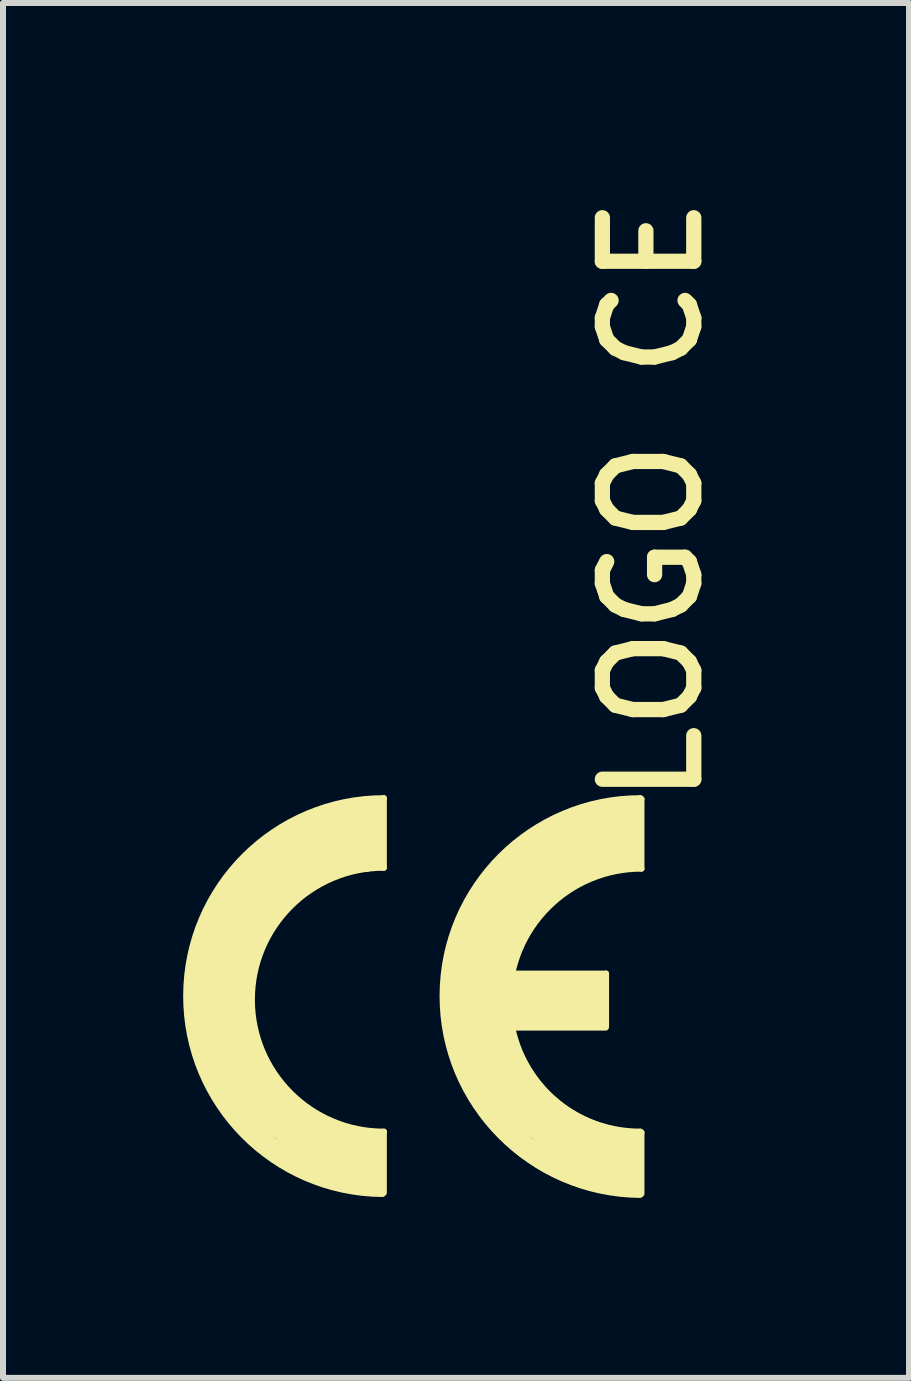
<source format=kicad_pcb>
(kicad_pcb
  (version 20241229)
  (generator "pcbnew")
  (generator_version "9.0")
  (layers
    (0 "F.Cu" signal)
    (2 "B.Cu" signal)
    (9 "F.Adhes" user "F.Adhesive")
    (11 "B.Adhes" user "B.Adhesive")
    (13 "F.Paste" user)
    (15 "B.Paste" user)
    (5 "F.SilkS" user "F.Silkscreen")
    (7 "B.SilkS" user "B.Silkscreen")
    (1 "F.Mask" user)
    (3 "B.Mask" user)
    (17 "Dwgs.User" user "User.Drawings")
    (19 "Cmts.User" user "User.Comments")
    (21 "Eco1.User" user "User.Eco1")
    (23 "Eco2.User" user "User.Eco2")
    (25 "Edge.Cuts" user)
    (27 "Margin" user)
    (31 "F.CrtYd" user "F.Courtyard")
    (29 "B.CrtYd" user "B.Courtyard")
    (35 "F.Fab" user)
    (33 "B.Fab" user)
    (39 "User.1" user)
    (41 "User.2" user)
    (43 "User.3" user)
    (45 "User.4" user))
  (footprint "LOGO CE"
    (layer "F.Cu")
    (at 3.32 13.558)
    (property "Reference" "LOGO CE" (at 5.397 -3.086 90) (unlocked yes) (layer "F.SilkS") (effects (font (size 1.524 1.524) (thickness 0.254)) (justify left bottom)))
    (fp_line (start -3.15 0.425) (end -3.2 0.025) (stroke (width 0.203) (type solid)) (layer "F.SilkS"))
    (fp_line (start -3.075 -0.675) (end -3.2 0.025) (stroke (width 0.203) (type solid)) (layer "F.SilkS"))
    (fp_line (start -3.025 -0.375) (end -3.075 0.275) (stroke (width 0.203) (type solid)) (layer "F.SilkS"))
    (fp_line (start -3 1.125) (end -3.125 0.525) (stroke (width 0.203) (type solid)) (layer "F.SilkS"))
    (fp_line (start -2.95 -1.2) (end -3.075 -0.675) (stroke (width 0.203) (type solid)) (layer "F.SilkS"))
    (fp_line (start -2.9 -0.4) (end -2.925 0.125) (stroke (width 0.203) (type solid)) (layer "F.SilkS"))
    (fp_line (start -2.8 -1.525) (end -2.95 -1.2) (stroke (width 0.203) (type solid)) (layer "F.SilkS"))
    (fp_line (start -2.75 -0.675) (end -2.8 0.000003) (stroke (width 0.203) (type solid)) (layer "F.SilkS"))
    (fp_line (start -2.7 0.075) (end -2.8 0.000003) (stroke (width 0.203) (type solid)) (layer "F.SilkS"))
    (fp_line (start -2.65 -1.7) (end -3.025 -0.375) (stroke (width 0.203) (type solid)) (layer "F.SilkS"))
    (fp_line (start -2.625 -1.375) (end -2.9 -0.4) (stroke (width 0.203) (type solid)) (layer "F.SilkS"))
    (fp_line (start -2.625 -0.2) (end -2.7 0.075) (stroke (width 0.203) (type solid)) (layer "F.SilkS"))
    (fp_line (start -2.625 -0.2) (end -2.625 -1.375) (stroke (width 0.203) (type solid)) (layer "F.SilkS"))
    (fp_line (start -2.625 1.65) (end -2.975 0.675) (stroke (width 0.203) (type solid)) (layer "F.SilkS"))
    (fp_line (start -2.575 1.85) (end -3 1.125) (stroke (width 0.203) (type solid)) (layer "F.SilkS"))
    (fp_line (start -2.55 -1.9) (end -2.8 -1.525) (stroke (width 0.203) (type solid)) (layer "F.SilkS"))
    (fp_line (start -2.55 -1.725) (end -2.65 -1.7) (stroke (width 0.203) (type solid)) (layer "F.SilkS"))
    (fp_line (start -2.55 0.175) (end -2.925 0.125) (stroke (width 0.203) (type solid)) (layer "F.SilkS"))
    (fp_line (start -2.475 -0.325) (end -2.55 -1.725) (stroke (width 0.203) (type solid)) (layer "F.SilkS"))
    (fp_line (start -2.475 -0.325) (end -2.55 0.175) (stroke (width 0.203) (type solid)) (layer "F.SilkS"))
    (fp_line (start -2.45 -2) (end -2.55 -1.9) (stroke (width 0.203) (type solid)) (layer "F.SilkS"))
    (fp_line (start -2.4 0.275) (end -3.075 0.275) (stroke (width 0.203) (type solid)) (layer "F.SilkS"))
    (fp_line (start -2.325 -0.475) (end -2.45 -2) (stroke (width 0.203) (type solid)) (layer "F.SilkS"))
    (fp_line (start -2.325 -0.475) (end -2.4 0.275) (stroke (width 0.203) (type solid)) (layer "F.SilkS"))
    (fp_line (start -2.325 0.75) (end -2.85 0.8) (stroke (width 0.203) (type solid)) (layer "F.SilkS"))
    (fp_line (start -2.325 0.875) (end -2.675 0.9) (stroke (width 0.203) (type solid)) (layer "F.SilkS"))
    (fp_line (start -2.25 -2.225) (end -2.375 -2.15) (stroke (width 0.203) (type solid)) (layer "F.SilkS"))
    (fp_line (start -2.25 -0.125) (end -2.275 0.15) (stroke (width 0.203) (type solid)) (layer "F.SilkS"))
    (fp_line (start -2.25 0.425) (end -3.15 0.425) (stroke (width 0.203) (type solid)) (layer "F.SilkS"))
    (fp_line (start -2.25 0.425) (end -2.275 0.15) (stroke (width 0.203) (type solid)) (layer "F.SilkS"))
    (fp_line (start -2.225 -0.4) (end -2.25 -0.125) (stroke (width 0.203) (type solid)) (layer "F.SilkS"))
    (fp_line (start -2.2 -0.525) (end -2.375 -2.15) (stroke (width 0.203) (type solid)) (layer "F.SilkS"))
    (fp_line (start -2.2 -0.525) (end -2.225 -0.4) (stroke (width 0.203) (type solid)) (layer "F.SilkS"))
    (fp_line (start -2.2 0.55) (end -3.125 0.525) (stroke (width 0.203) (type solid)) (layer "F.SilkS"))
    (fp_line (start -2.2 0.55) (end -2.25 0.525) (stroke (width 0.203) (type solid)) (layer "F.SilkS"))
    (fp_line (start -2.2 0.65) (end -2.975 0.675) (stroke (width 0.203) (type solid)) (layer "F.SilkS"))
    (fp_line (start -2.175 2.175) (end -2.85 0.8) (stroke (width 0.203) (type solid)) (layer "F.SilkS"))
    (fp_line (start -2.175 2.175) (end -2.2 1.975) (stroke (width 0.203) (type solid)) (layer "F.SilkS"))
    (fp_line (start -2.15 -0.675) (end -2.25 -2.225) (stroke (width 0.203) (type solid)) (layer "F.SilkS"))
    (fp_line (start -2.15 1.95) (end -2.675 0.9) (stroke (width 0.203) (type solid)) (layer "F.SilkS"))
    (fp_line (start -2.125 1.775) (end -2.475 0.95) (stroke (width 0.203) (type solid)) (layer "F.SilkS"))
    (fp_line (start -2.075 -2.425) (end -2.2 -2.325) (stroke (width 0.203) (type solid)) (layer "F.SilkS"))
    (fp_line (start -2.075 -0.9) (end -2.2 -2.325) (stroke (width 0.203) (type solid)) (layer "F.SilkS"))
    (fp_line (start -2.075 -0.9) (end -2.15 -0.675) (stroke (width 0.203) (type solid)) (layer "F.SilkS"))
    (fp_line (start -1.975 -1.025) (end -2.075 -2.425) (stroke (width 0.203) (type solid)) (layer "F.SilkS"))
    (fp_line (start -1.95 1.175) (end -2.2 0.65) (stroke (width 0.203) (type solid)) (layer "F.SilkS"))
    (fp_line (start -1.95 1.775) (end -2.475 0.95) (stroke (width 0.203) (type solid)) (layer "F.SilkS"))
    (fp_line (start -1.925 -1.175) (end -1.975 -2.475) (stroke (width 0.203) (type solid)) (layer "F.SilkS"))
    (fp_line (start -1.925 -1.175) (end -1.975 -1.025) (stroke (width 0.203) (type solid)) (layer "F.SilkS"))
    (fp_line (start -1.925 2.55) (end -2.575 1.85) (stroke (width 0.203) (type solid)) (layer "F.SilkS"))
    (fp_line (start -1.875 -2.575) (end -1.975 -2.475) (stroke (width 0.203) (type solid)) (layer "F.SilkS"))
    (fp_line (start -1.85 2.45) (end -2.625 1.65) (stroke (width 0.203) (type solid)) (layer "F.SilkS"))
    (fp_line (start -1.825 -1.275) (end -1.875 -2.575) (stroke (width 0.203) (type solid)) (layer "F.SilkS"))
    (fp_line (start -1.825 1.825) (end -2.325 0.875) (stroke (width 0.203) (type solid)) (layer "F.SilkS"))
    (fp_line (start -1.725 -1.425) (end -1.825 -2.6) (stroke (width 0.203) (type solid)) (layer "F.SilkS"))
    (fp_line (start -1.725 -1.425) (end -1.825 -1.275) (stroke (width 0.203) (type solid)) (layer "F.SilkS"))
    (fp_line (start -1.675 -2.7) (end -1.825 -2.6) (stroke (width 0.203) (type solid)) (layer "F.SilkS"))
    (fp_line (start -1.675 1.8) (end -2.325 0.75) (stroke (width 0.203) (type solid)) (layer "F.SilkS"))
    (fp_line (start -1.65 -1.5) (end -1.675 -2.7) (stroke (width 0.203) (type solid)) (layer "F.SilkS"))
    (fp_line (start -1.625 1.7) (end -1.95 1.175) (stroke (width 0.203) (type solid)) (layer "F.SilkS"))
    (fp_line (start -1.55 -1.575) (end -1.65 -1.5) (stroke (width 0.203) (type solid)) (layer "F.SilkS"))
    (fp_line (start -1.55 -1.575) (end -1.575 -2.75) (stroke (width 0.203) (type solid)) (layer "F.SilkS"))
    (fp_line (start -1.55 -2.75) (end -1.575 -2.75) (stroke (width 0.203) (type solid)) (layer "F.SilkS"))
    (fp_line (start -1.475 -2.825) (end -1.55 -2.75) (stroke (width 0.203) (type solid)) (layer "F.SilkS"))
    (fp_line (start -1.475 -1.7) (end -1.475 -2.825) (stroke (width 0.203) (type solid)) (layer "F.SilkS"))
    (fp_line (start -1.45 -1.675) (end -1.475 -1.7) (stroke (width 0.203) (type solid)) (layer "F.SilkS"))
    (fp_line (start -1.45 -1.675) (end -1.45 -1.675) (stroke (width 0.203) (type solid)) (layer "F.SilkS"))
    (fp_line (start -1.4 -1.875) (end -1.4 -2.825) (stroke (width 0.203) (type solid)) (layer "F.SilkS"))
    (fp_line (start -1.35 -1.775) (end -1.45 -1.675) (stroke (width 0.203) (type solid)) (layer "F.SilkS"))
    (fp_line (start -1.35 2.875) (end -1.925 2.55) (stroke (width 0.203) (type solid)) (layer "F.SilkS"))
    (fp_line (start -1.3 -1.775) (end -1.4 -1.875) (stroke (width 0.203) (type solid)) (layer "F.SilkS"))
    (fp_line (start -1.3 -1.775) (end -1.35 -1.775) (stroke (width 0.203) (type solid)) (layer "F.SilkS"))
    (fp_line (start -1.275 -2.95) (end -1.4 -2.825) (stroke (width 0.203) (type solid)) (layer "F.SilkS"))
    (fp_line (start -1.275 -2.95) (end -1.275 -2.95) (stroke (width 0.203) (type solid)) (layer "F.SilkS"))
    (fp_line (start -1.275 -1.9) (end -1.275 -2.95) (stroke (width 0.203) (type solid)) (layer "F.SilkS"))
    (fp_line (start -1.225 -1.85) (end -1.275 -1.9) (stroke (width 0.203) (type solid)) (layer "F.SilkS"))
    (fp_line (start -1.2 -1.85) (end -1.225 -1.85) (stroke (width 0.203) (type solid)) (layer "F.SilkS"))
    (fp_line (start -1.125 -2.975) (end -1.15 -3) (stroke (width 0.203) (type solid)) (layer "F.SilkS"))
    (fp_line (start -1.125 -1.925) (end -1.2 -1.85) (stroke (width 0.203) (type solid)) (layer "F.SilkS"))
    (fp_line (start -1.125 -1.925) (end -1.125 -2.975) (stroke (width 0.203) (type solid)) (layer "F.SilkS"))
    (fp_line (start -1.075 2.475) (end -2.125 1.775) (stroke (width 0.203) (type solid)) (layer "F.SilkS"))
    (fp_line (start -1 -3) (end -1.15 -3) (stroke (width 0.203) (type solid)) (layer "F.SilkS"))
    (fp_line (start -1 -3) (end -1 -3) (stroke (width 0.203) (type solid)) (layer "F.SilkS"))
    (fp_line (start -1 -1.975) (end -1 -3) (stroke (width 0.203) (type solid)) (layer "F.SilkS"))
    (fp_line (start -0.975 2.425) (end -1.825 1.825) (stroke (width 0.203) (type solid)) (layer "F.SilkS"))
    (fp_line (start -0.95 -3.025) (end -0.975 -3.05) (stroke (width 0.203) (type solid)) (layer "F.SilkS"))
    (fp_line (start -0.95 -2.025) (end -1 -1.975) (stroke (width 0.203) (type solid)) (layer "F.SilkS"))
    (fp_line (start -0.95 -2.025) (end -0.95 -3.025) (stroke (width 0.203) (type solid)) (layer "F.SilkS"))
    (fp_line (start -0.925 2.325) (end -1.675 1.8) (stroke (width 0.203) (type solid)) (layer "F.SilkS"))
    (fp_line (start -0.875 2.2) (end -1.625 1.7) (stroke (width 0.203) (type solid)) (layer "F.SilkS"))
    (fp_line (start -0.85 -3.05) (end -0.975 -3.05) (stroke (width 0.203) (type solid)) (layer "F.SilkS"))
    (fp_line (start -0.825 -3.075) (end -0.85 -3.05) (stroke (width 0.203) (type solid)) (layer "F.SilkS"))
    (fp_line (start -0.825 -2.1) (end -0.825 -3.075) (stroke (width 0.203) (type solid)) (layer "F.SilkS"))
    (fp_line (start -0.75 2.975) (end -1.85 2.45) (stroke (width 0.203) (type solid)) (layer "F.SilkS"))
    (fp_line (start -0.725 -2.1) (end -0.825 -2.1) (stroke (width 0.203) (type solid)) (layer "F.SilkS"))
    (fp_line (start -0.7 -2.125) (end -0.725 -2.1) (stroke (width 0.203) (type solid)) (layer "F.SilkS"))
    (fp_line (start -0.7 -2.125) (end -0.7 -3.125) (stroke (width 0.203) (type solid)) (layer "F.SilkS"))
    (fp_line (start -0.675 2.875) (end -2.15 1.95) (stroke (width 0.203) (type solid)) (layer "F.SilkS"))
    (fp_line (start -0.65 2.8) (end -0.675 2.875) (stroke (width 0.203) (type solid)) (layer "F.SilkS"))
    (fp_line (start -0.65 3.15) (end -1.35 2.875) (stroke (width 0.203) (type solid)) (layer "F.SilkS"))
    (fp_line (start -0.6 3.025) (end -2.2 1.975) (stroke (width 0.203) (type solid)) (layer "F.SilkS"))
    (fp_line (start -0.6 3.025) (end -0.725 2.875) (stroke (width 0.203) (type solid)) (layer "F.SilkS"))
    (fp_line (start -0.575 -3.125) (end -0.7 -3.125) (stroke (width 0.203) (type solid)) (layer "F.SilkS"))
    (fp_line (start -0.55 -3.15) (end -0.575 -3.125) (stroke (width 0.203) (type solid)) (layer "F.SilkS"))
    (fp_line (start -0.55 -2.175) (end -0.55 -3.15) (stroke (width 0.203) (type solid)) (layer "F.SilkS"))
    (fp_line (start -0.55 2.625) (end -1.075 2.475) (stroke (width 0.203) (type solid)) (layer "F.SilkS"))
    (fp_line (start -0.525 2.85) (end -1.95 1.775) (stroke (width 0.203) (type solid)) (layer "F.SilkS"))
    (fp_line (start -0.5 2.775) (end -0.65 2.8) (stroke (width 0.203) (type solid)) (layer "F.SilkS"))
    (fp_line (start -0.5 2.775) (end -0.55 2.625) (stroke (width 0.203) (type solid)) (layer "F.SilkS"))
    (fp_line (start -0.425 -2.175) (end -0.55 -2.175) (stroke (width 0.203) (type solid)) (layer "F.SilkS"))
    (fp_line (start -0.425 -2.175) (end -0.425 -3.175) (stroke (width 0.203) (type solid)) (layer "F.SilkS"))
    (fp_line (start -0.35 2.9) (end -0.725 2.875) (stroke (width 0.203) (type solid)) (layer "F.SilkS"))
    (fp_line (start -0.35 2.9) (end -0.425 2.525) (stroke (width 0.203) (type solid)) (layer "F.SilkS"))
    (fp_line (start -0.3 2.5) (end -0.975 2.425) (stroke (width 0.203) (type solid)) (layer "F.SilkS"))
    (fp_line (start -0.3 2.5) (end -0.425 2.525) (stroke (width 0.203) (type solid)) (layer "F.SilkS"))
    (fp_line (start -0.25 -3.175) (end -0.425 -3.175) (stroke (width 0.203) (type solid)) (layer "F.SilkS"))
    (fp_line (start -0.25 -3.175) (end -0.25 -3.175) (stroke (width 0.203) (type solid)) (layer "F.SilkS"))
    (fp_line (start -0.25 -2.175) (end -0.25 -3.175) (stroke (width 0.203) (type solid)) (layer "F.SilkS"))
    (fp_line (start -0.225 2.425) (end -0.925 2.325) (stroke (width 0.203) (type solid)) (layer "F.SilkS"))
    (fp_line (start -0.225 3.05) (end -0.75 2.975) (stroke (width 0.203) (type solid)) (layer "F.SilkS"))
    (fp_line (start -0.225 3.05) (end -0.225 2.425) (stroke (width 0.203) (type solid)) (layer "F.SilkS"))
    (fp_line (start -0.2 -2.175) (end -0.2 -3.25) (stroke (width 0.1) (type solid)) (layer "F.SilkS"))
    (fp_line (start -0.175 3.2) (end -0.65 3.15) (stroke (width 0.203) (type solid)) (layer "F.SilkS"))
    (fp_line (start -0.125 -3.25) (end -0.2 -3.25) (stroke (width 0.1) (type solid)) (layer "F.SilkS"))
    (fp_line (start -0.125 -2.2) (end -0.125 -3.25) (stroke (width 0.1) (type solid)) (layer "F.SilkS"))
    (fp_line (start -0.1 2.375) (end -0.875 2.2) (stroke (width 0.203) (type solid)) (layer "F.SilkS"))
    (fp_line (start -0.075 3.2) (end -0.175 3.2) (stroke (width 0.203) (type solid)) (layer "F.SilkS"))
    (fp_line (start -0.075 3.2) (end -0.1 2.375) (stroke (width 0.203) (type solid)) (layer "F.SilkS"))
    (fp_line (start -0.05 -2.175) (end -0.05 -3.275) (stroke (width 0.1) (type solid)) (layer "F.SilkS"))
    (fp_line (start -0.025 -2.2) (end -0.125 -2.2) (stroke (width 0.1) (type solid)) (layer "F.SilkS"))
    (fp_line (start -0.025 -2.2) (end -0.05 -2.175) (stroke (width 0.1) (type solid)) (layer "F.SilkS"))
    (fp_line (start 0.03 3.279) (end 0.03 2.26) (stroke (width 0.1) (type solid)) (layer "F.SilkS"))
    (fp_line (start 0.03 -3.3) (end 0.03 -2.14) (stroke (width 0.1) (type solid)) (layer "F.SilkS"))
    (fp_line (start 1.125 0.425) (end 1.075 0.025) (stroke (width 0.203) (type solid)) (layer "F.SilkS"))
    (fp_line (start 1.2 -0.675) (end 1.075 0.025) (stroke (width 0.203) (type solid)) (layer "F.SilkS"))
    (fp_line (start 1.25 -0.375) (end 1.2 0.275) (stroke (width 0.203) (type solid)) (layer "F.SilkS"))
    (fp_line (start 1.275 1.125) (end 1.15 0.525) (stroke (width 0.203) (type solid)) (layer "F.SilkS"))
    (fp_line (start 1.325 -1.2) (end 1.2 -0.675) (stroke (width 0.203) (type solid)) (layer "F.SilkS"))
    (fp_line (start 1.375 -0.4) (end 1.35 0.125) (stroke (width 0.203) (type solid)) (layer "F.SilkS"))
    (fp_line (start 1.475 -1.525) (end 1.325 -1.2) (stroke (width 0.203) (type solid)) (layer "F.SilkS"))
    (fp_line (start 1.525 -0.675) (end 1.475 0) (stroke (width 0.203) (type solid)) (layer "F.SilkS"))
    (fp_line (start 1.575 0.075) (end 1.475 0) (stroke (width 0.203) (type solid)) (layer "F.SilkS"))
    (fp_line (start 1.625 -1.7) (end 1.25 -0.375) (stroke (width 0.203) (type solid)) (layer "F.SilkS"))
    (fp_line (start 1.65 -1.375) (end 1.375 -0.4) (stroke (width 0.203) (type solid)) (layer "F.SilkS"))
    (fp_line (start 1.65 -0.2) (end 1.575 0.075) (stroke (width 0.203) (type solid)) (layer "F.SilkS"))
    (fp_line (start 1.65 -0.2) (end 1.65 -1.375) (stroke (width 0.203) (type solid)) (layer "F.SilkS"))
    (fp_line (start 1.65 1.65) (end 1.3 0.675) (stroke (width 0.203) (type solid)) (layer "F.SilkS"))
    (fp_line (start 1.7 1.85) (end 1.275 1.125) (stroke (width 0.203) (type solid)) (layer "F.SilkS"))
    (fp_line (start 1.725 -1.9) (end 1.475 -1.525) (stroke (width 0.203) (type solid)) (layer "F.SilkS"))
    (fp_line (start 1.725 -1.725) (end 1.625 -1.7) (stroke (width 0.203) (type solid)) (layer "F.SilkS"))
    (fp_line (start 1.725 0.175) (end 1.35 0.125) (stroke (width 0.203) (type solid)) (layer "F.SilkS"))
    (fp_line (start 1.8 -0.325) (end 1.725 -1.725) (stroke (width 0.203) (type solid)) (layer "F.SilkS"))
    (fp_line (start 1.8 -0.325) (end 1.725 0.175) (stroke (width 0.203) (type solid)) (layer "F.SilkS"))
    (fp_line (start 1.825 -2) (end 1.725 -1.9) (stroke (width 0.203) (type solid)) (layer "F.SilkS"))
    (fp_line (start 1.875 0.275) (end 1.2 0.275) (stroke (width 0.203) (type solid)) (layer "F.SilkS"))
    (fp_line (start 1.95 -0.475) (end 1.825 -2) (stroke (width 0.203) (type solid)) (layer "F.SilkS"))
    (fp_line (start 1.95 -0.475) (end 1.875 0.275) (stroke (width 0.203) (type solid)) (layer "F.SilkS"))
    (fp_line (start 1.95 0.75) (end 1.425 0.8) (stroke (width 0.203) (type solid)) (layer "F.SilkS"))
    (fp_line (start 1.95 0.875) (end 1.6 0.9) (stroke (width 0.203) (type solid)) (layer "F.SilkS"))
    (fp_line (start 2.025 -2.225) (end 1.9 -2.15) (stroke (width 0.203) (type solid)) (layer "F.SilkS"))
    (fp_line (start 2.025 -0.125) (end 2 0.15) (stroke (width 0.203) (type solid)) (layer "F.SilkS"))
    (fp_line (start 2.025 0.425) (end 1.125 0.425) (stroke (width 0.203) (type solid)) (layer "F.SilkS"))
    (fp_line (start 2.025 0.425) (end 2 0.15) (stroke (width 0.203) (type solid)) (layer "F.SilkS"))
    (fp_line (start 2.05 -0.4) (end 2.025 -0.125) (stroke (width 0.203) (type solid)) (layer "F.SilkS"))
    (fp_line (start 2.075 -0.525) (end 1.9 -2.15) (stroke (width 0.203) (type solid)) (layer "F.SilkS"))
    (fp_line (start 2.075 -0.525) (end 2.05 -0.4) (stroke (width 0.203) (type solid)) (layer "F.SilkS"))
    (fp_line (start 2.075 0.55) (end 1.15 0.525) (stroke (width 0.203) (type solid)) (layer "F.SilkS"))
    (fp_line (start 2.075 0.55) (end 2.025 0.525) (stroke (width 0.203) (type solid)) (layer "F.SilkS"))
    (fp_line (start 2.075 0.65) (end 1.3 0.675) (stroke (width 0.203) (type solid)) (layer "F.SilkS"))
    (fp_line (start 2.1 2.175) (end 1.425 0.8) (stroke (width 0.203) (type solid)) (layer "F.SilkS"))
    (fp_line (start 2.1 2.175) (end 2.075 1.975) (stroke (width 0.203) (type solid)) (layer "F.SilkS"))
    (fp_line (start 2.125 -0.675) (end 2.025 -2.225) (stroke (width 0.203) (type solid)) (layer "F.SilkS"))
    (fp_line (start 2.125 1.95) (end 1.6 0.9) (stroke (width 0.203) (type solid)) (layer "F.SilkS"))
    (fp_line (start 2.15 1.775) (end 1.8 0.95) (stroke (width 0.203) (type solid)) (layer "F.SilkS"))
    (fp_line (start 2.195 -0.375) (end 2.155 -0.415) (stroke (width 0.1) (type solid)) (layer "F.SilkS"))
    (fp_line (start 2.2 -2.425) (end 2.075 -2.325) (stroke (width 0.203) (type solid)) (layer "F.SilkS"))
    (fp_line (start 2.2 -0.9) (end 2.075 -2.325) (stroke (width 0.203) (type solid)) (layer "F.SilkS"))
    (fp_line (start 2.2 -0.9) (end 2.125 -0.675) (stroke (width 0.203) (type solid)) (layer "F.SilkS"))
    (fp_line (start 2.205 0.525) (end 2.185 0.545) (stroke (width 0.1) (type solid)) (layer "F.SilkS"))
    (fp_line (start 2.225 -0.175) (end 2.1 0.425) (stroke (width 0.203) (type solid)) (layer "F.SilkS"))
    (fp_line (start 2.3 -1.025) (end 2.2 -2.425) (stroke (width 0.203) (type solid)) (layer "F.SilkS"))
    (fp_line (start 2.325 -0.025) (end 2.25 0.3) (stroke (width 0.203) (type solid)) (layer "F.SilkS"))
    (fp_line (start 2.325 1.175) (end 2.075 0.65) (stroke (width 0.203) (type solid)) (layer "F.SilkS"))
    (fp_line (start 2.325 1.775) (end 1.8 0.95) (stroke (width 0.203) (type solid)) (layer "F.SilkS"))
    (fp_line (start 2.35 -1.175) (end 2.3 -2.475) (stroke (width 0.203) (type solid)) (layer "F.SilkS"))
    (fp_line (start 2.35 -1.175) (end 2.3 -1.025) (stroke (width 0.203) (type solid)) (layer "F.SilkS"))
    (fp_line (start 2.35 2.55) (end 1.7 1.85) (stroke (width 0.203) (type solid)) (layer "F.SilkS"))
    (fp_line (start 2.4 -2.575) (end 2.3 -2.475) (stroke (width 0.203) (type solid)) (layer "F.SilkS"))
    (fp_line (start 2.425 2.45) (end 1.65 1.65) (stroke (width 0.203) (type solid)) (layer "F.SilkS"))
    (fp_line (start 2.45 -1.275) (end 2.4 -2.575) (stroke (width 0.203) (type solid)) (layer "F.SilkS"))
    (fp_line (start 2.45 1.825) (end 1.95 0.875) (stroke (width 0.203) (type solid)) (layer "F.SilkS"))
    (fp_line (start 2.55 -1.425) (end 2.45 -2.6) (stroke (width 0.203) (type solid)) (layer "F.SilkS"))
    (fp_line (start 2.55 -1.425) (end 2.45 -1.275) (stroke (width 0.203) (type solid)) (layer "F.SilkS"))
    (fp_line (start 2.6 -2.7) (end 2.45 -2.6) (stroke (width 0.203) (type solid)) (layer "F.SilkS"))
    (fp_line (start 2.6 1.8) (end 1.95 0.75) (stroke (width 0.203) (type solid)) (layer "F.SilkS"))
    (fp_line (start 2.625 -1.5) (end 2.6 -2.7) (stroke (width 0.203) (type solid)) (layer "F.SilkS"))
    (fp_line (start 2.65 1.7) (end 2.325 1.175) (stroke (width 0.203) (type solid)) (layer "F.SilkS"))
    (fp_line (start 2.725 -1.575) (end 2.625 -1.5) (stroke (width 0.203) (type solid)) (layer "F.SilkS"))
    (fp_line (start 2.725 -1.575) (end 2.7 -2.75) (stroke (width 0.203) (type solid)) (layer "F.SilkS"))
    (fp_line (start 2.725 -2.75) (end 2.7 -2.75) (stroke (width 0.203) (type solid)) (layer "F.SilkS"))
    (fp_line (start 2.8 -2.825) (end 2.725 -2.75) (stroke (width 0.203) (type solid)) (layer "F.SilkS"))
    (fp_line (start 2.8 -1.7) (end 2.8 -2.825) (stroke (width 0.203) (type solid)) (layer "F.SilkS"))
    (fp_line (start 2.825 -1.675) (end 2.8 -1.7) (stroke (width 0.203) (type solid)) (layer "F.SilkS"))
    (fp_line (start 2.825 -1.675) (end 2.825 -1.675) (stroke (width 0.203) (type solid)) (layer "F.SilkS"))
    (fp_line (start 2.875 -1.875) (end 2.875 -2.825) (stroke (width 0.203) (type solid)) (layer "F.SilkS"))
    (fp_line (start 2.925 -1.775) (end 2.825 -1.675) (stroke (width 0.203) (type solid)) (layer "F.SilkS"))
    (fp_line (start 2.925 2.875) (end 2.35 2.55) (stroke (width 0.203) (type solid)) (layer "F.SilkS"))
    (fp_line (start 2.975 -1.775) (end 2.875 -1.875) (stroke (width 0.203) (type solid)) (layer "F.SilkS"))
    (fp_line (start 2.975 -1.775) (end 2.925 -1.775) (stroke (width 0.203) (type solid)) (layer "F.SilkS"))
    (fp_line (start 3 -2.95) (end 2.875 -2.825) (stroke (width 0.203) (type solid)) (layer "F.SilkS"))
    (fp_line (start 3 -2.95) (end 3 -2.95) (stroke (width 0.203) (type solid)) (layer "F.SilkS"))
    (fp_line (start 3 -1.9) (end 3 -2.95) (stroke (width 0.203) (type solid)) (layer "F.SilkS"))
    (fp_line (start 3.05 -1.85) (end 3 -1.9) (stroke (width 0.203) (type solid)) (layer "F.SilkS"))
    (fp_line (start 3.075 -1.85) (end 3.05 -1.85) (stroke (width 0.203) (type solid)) (layer "F.SilkS"))
    (fp_line (start 3.15 -2.975) (end 3.125 -3) (stroke (width 0.203) (type solid)) (layer "F.SilkS"))
    (fp_line (start 3.15 -1.925) (end 3.075 -1.85) (stroke (width 0.203) (type solid)) (layer "F.SilkS"))
    (fp_line (start 3.15 -1.925) (end 3.15 -2.975) (stroke (width 0.203) (type solid)) (layer "F.SilkS"))
    (fp_line (start 3.2 2.475) (end 2.15 1.775) (stroke (width 0.203) (type solid)) (layer "F.SilkS"))
    (fp_line (start 3.275 -3) (end 3.125 -3) (stroke (width 0.203) (type solid)) (layer "F.SilkS"))
    (fp_line (start 3.275 -3) (end 3.275 -3) (stroke (width 0.203) (type solid)) (layer "F.SilkS"))
    (fp_line (start 3.275 -1.975) (end 3.275 -3) (stroke (width 0.203) (type solid)) (layer "F.SilkS"))
    (fp_line (start 3.3 2.425) (end 2.45 1.825) (stroke (width 0.203) (type solid)) (layer "F.SilkS"))
    (fp_line (start 3.325 -3.025) (end 3.3 -3.05) (stroke (width 0.203) (type solid)) (layer "F.SilkS"))
    (fp_line (start 3.325 -2.025) (end 3.275 -1.975) (stroke (width 0.203) (type solid)) (layer "F.SilkS"))
    (fp_line (start 3.325 -2.025) (end 3.325 -3.025) (stroke (width 0.203) (type solid)) (layer "F.SilkS"))
    (fp_line (start 3.35 2.325) (end 2.6 1.8) (stroke (width 0.203) (type solid)) (layer "F.SilkS"))
    (fp_line (start 3.4 2.2) (end 2.65 1.7) (stroke (width 0.203) (type solid)) (layer "F.SilkS"))
    (fp_line (start 3.4 0.125) (end 2.4 0.15) (stroke (width 0.203) (type solid)) (layer "F.SilkS"))
    (fp_line (start 3.425 -3.05) (end 3.3 -3.05) (stroke (width 0.203) (type solid)) (layer "F.SilkS"))
    (fp_line (start 3.425 -0.05) (end 2.325 -0.025) (stroke (width 0.203) (type solid)) (layer "F.SilkS"))
    (fp_line (start 3.425 -0.05) (end 3.4 0.125) (stroke (width 0.203) (type solid)) (layer "F.SilkS"))
    (fp_line (start 3.45 -3.075) (end 3.425 -3.05) (stroke (width 0.203) (type solid)) (layer "F.SilkS"))
    (fp_line (start 3.45 -2.1) (end 3.45 -3.075) (stroke (width 0.203) (type solid)) (layer "F.SilkS"))
    (fp_line (start 3.525 -0.15) (end 2.225 -0.175) (stroke (width 0.203) (type solid)) (layer "F.SilkS"))
    (fp_line (start 3.525 0.275) (end 2.25 0.3) (stroke (width 0.203) (type solid)) (layer "F.SilkS"))
    (fp_line (start 3.525 0.275) (end 3.525 -0.15) (stroke (width 0.203) (type solid)) (layer "F.SilkS"))
    (fp_line (start 3.525 2.975) (end 2.425 2.45) (stroke (width 0.203) (type solid)) (layer "F.SilkS"))
    (fp_line (start 3.55 -2.1) (end 3.45 -2.1) (stroke (width 0.203) (type solid)) (layer "F.SilkS"))
    (fp_line (start 3.575 -2.125) (end 3.55 -2.1) (stroke (width 0.203) (type solid)) (layer "F.SilkS"))
    (fp_line (start 3.575 -2.125) (end 3.575 -3.125) (stroke (width 0.203) (type solid)) (layer "F.SilkS"))
    (fp_line (start 3.6 2.875) (end 2.125 1.95) (stroke (width 0.203) (type solid)) (layer "F.SilkS"))
    (fp_line (start 3.625 2.8) (end 3.6 2.875) (stroke (width 0.203) (type solid)) (layer "F.SilkS"))
    (fp_line (start 3.625 3.15) (end 2.925 2.875) (stroke (width 0.203) (type solid)) (layer "F.SilkS"))
    (fp_line (start 3.65 -0.3) (end 2.125 -0.3) (stroke (width 0.203) (type solid)) (layer "F.SilkS"))
    (fp_line (start 3.65 0.4) (end 2.1 0.425) (stroke (width 0.203) (type solid)) (layer "F.SilkS"))
    (fp_line (start 3.65 0.4) (end 3.65 -0.3) (stroke (width 0.203) (type solid)) (layer "F.SilkS"))
    (fp_line (start 3.675 3.025) (end 2.075 1.975) (stroke (width 0.203) (type solid)) (layer "F.SilkS"))
    (fp_line (start 3.675 3.025) (end 3.55 2.875) (stroke (width 0.203) (type solid)) (layer "F.SilkS"))
    (fp_line (start 3.7 -3.125) (end 3.575 -3.125) (stroke (width 0.203) (type solid)) (layer "F.SilkS"))
    (fp_line (start 3.725 -3.15) (end 3.7 -3.125) (stroke (width 0.203) (type solid)) (layer "F.SilkS"))
    (fp_line (start 3.725 -2.175) (end 3.725 -3.15) (stroke (width 0.203) (type solid)) (layer "F.SilkS"))
    (fp_line (start 3.725 2.625) (end 3.2 2.475) (stroke (width 0.203) (type solid)) (layer "F.SilkS"))
    (fp_line (start 3.73 0.525) (end 2.18 0.525) (stroke (width 0.1) (type solid)) (layer "F.SilkS"))
    (fp_line (start 3.735 -0.375) (end 2.195 -0.375) (stroke (width 0.1) (type solid)) (layer "F.SilkS"))
    (fp_line (start 3.735 0.505) (end 3.735 -0.375) (stroke (width 0.1) (type solid)) (layer "F.SilkS"))
    (fp_line (start 3.75 2.85) (end 2.325 1.775) (stroke (width 0.203) (type solid)) (layer "F.SilkS"))
    (fp_line (start 3.775 2.775) (end 3.625 2.8) (stroke (width 0.203) (type solid)) (layer "F.SilkS"))
    (fp_line (start 3.775 2.775) (end 3.725 2.625) (stroke (width 0.203) (type solid)) (layer "F.SilkS"))
    (fp_line (start 3.85 -2.175) (end 3.725 -2.175) (stroke (width 0.203) (type solid)) (layer "F.SilkS"))
    (fp_line (start 3.85 -2.175) (end 3.85 -3.175) (stroke (width 0.203) (type solid)) (layer "F.SilkS"))
    (fp_line (start 3.925 2.9) (end 3.55 2.875) (stroke (width 0.203) (type solid)) (layer "F.SilkS"))
    (fp_line (start 3.925 2.9) (end 3.85 2.525) (stroke (width 0.203) (type solid)) (layer "F.SilkS"))
    (fp_line (start 3.975 2.5) (end 3.3 2.425) (stroke (width 0.203) (type solid)) (layer "F.SilkS"))
    (fp_line (start 3.975 2.5) (end 3.85 2.525) (stroke (width 0.203) (type solid)) (layer "F.SilkS"))
    (fp_line (start 4.025 -3.175) (end 3.85 -3.175) (stroke (width 0.203) (type solid)) (layer "F.SilkS"))
    (fp_line (start 4.025 -3.175) (end 4.025 -3.175) (stroke (width 0.203) (type solid)) (layer "F.SilkS"))
    (fp_line (start 4.025 -2.175) (end 4.025 -3.175) (stroke (width 0.203) (type solid)) (layer "F.SilkS"))
    (fp_line (start 4.05 2.425) (end 3.35 2.325) (stroke (width 0.203) (type solid)) (layer "F.SilkS"))
    (fp_line (start 4.05 3.05) (end 3.525 2.975) (stroke (width 0.203) (type solid)) (layer "F.SilkS"))
    (fp_line (start 4.05 3.05) (end 4.05 2.425) (stroke (width 0.203) (type solid)) (layer "F.SilkS"))
    (fp_line (start 4.075 -2.175) (end 4.075 -3.25) (stroke (width 0.1) (type solid)) (layer "F.SilkS"))
    (fp_line (start 4.1 3.2) (end 3.625 3.15) (stroke (width 0.203) (type solid)) (layer "F.SilkS"))
    (fp_line (start 4.15 -3.25) (end 4.075 -3.25) (stroke (width 0.1) (type solid)) (layer "F.SilkS"))
    (fp_line (start 4.15 -2.2) (end 4.15 -3.25) (stroke (width 0.1) (type solid)) (layer "F.SilkS"))
    (fp_line (start 4.175 2.375) (end 3.4 2.2) (stroke (width 0.203) (type solid)) (layer "F.SilkS"))
    (fp_line (start 4.2 3.2) (end 4.1 3.2) (stroke (width 0.203) (type solid)) (layer "F.SilkS"))
    (fp_line (start 4.2 3.2) (end 4.175 2.375) (stroke (width 0.203) (type solid)) (layer "F.SilkS"))
    (fp_line (start 4.225 -2.175) (end 4.225 -3.275) (stroke (width 0.1) (type solid)) (layer "F.SilkS"))
    (fp_line (start 4.25 -2.2) (end 4.15 -2.2) (stroke (width 0.1) (type solid)) (layer "F.SilkS"))
    (fp_line (start 4.25 -2.2) (end 4.225 -2.175) (stroke (width 0.1) (type solid)) (layer "F.SilkS"))
    (fp_line (start 4.305 3.279) (end 4.305 2.26) (stroke (width 0.1) (type solid)) (layer "F.SilkS"))
    (fp_line (start 4.305 -3.3) (end 4.305 -2.14) (stroke (width 0.1) (type solid)) (layer "F.SilkS"))
    (fp_line (start 4.325 -2.125) (end 4.325 -3.285) (stroke (width 0.1) (type solid)) (layer "F.SilkS"))
    (fp_line (start 4.325 3.294) (end 4.325 2.275) (stroke (width 0.1) (type solid)) (layer "F.SilkS"))
    (fp_arc (start 0.008574 3.299933) (mid -3.269982 -0.01071) (end 0.03 -3.299997) (stroke (width 0.1) (type solid)) (layer "F.SilkS"))
    (fp_arc (start 0.029997 2.260003) (mid -2.170003 0.060003) (end 0.029997 -2.139997) (stroke (width 0.1) (type solid)) (layer "F.SilkS"))
    (fp_arc (start 4.283574 3.29993) (mid 1.005018 -0.010713) (end 4.305 -3.3) (stroke (width 0.1) (type solid)) (layer "F.SilkS"))
    (fp_arc (start 4.303577 3.314931) (mid 1.025021 0.004288) (end 4.325003 -3.284999) (stroke (width 0.1) (type solid)) (layer "F.SilkS"))
    (fp_arc (start 4.304998 2.26) (mid 2.104998 0.06) (end 4.304998 -2.14) (stroke (width 0.1) (type solid)) (layer "F.SilkS"))
    (fp_arc (start 4.325 2.275001) (mid 2.125 0.075001) (end 4.325 -2.124999) (stroke (width 0.1) (type solid)) (layer "F.SilkS")))
  (gr_rect
    (start -3 -3)
    (end 12.106 19.923)
    (stroke (width 0.1) (type default))
    (fill no)
    (layer "Edge.Cuts")))
</source>
